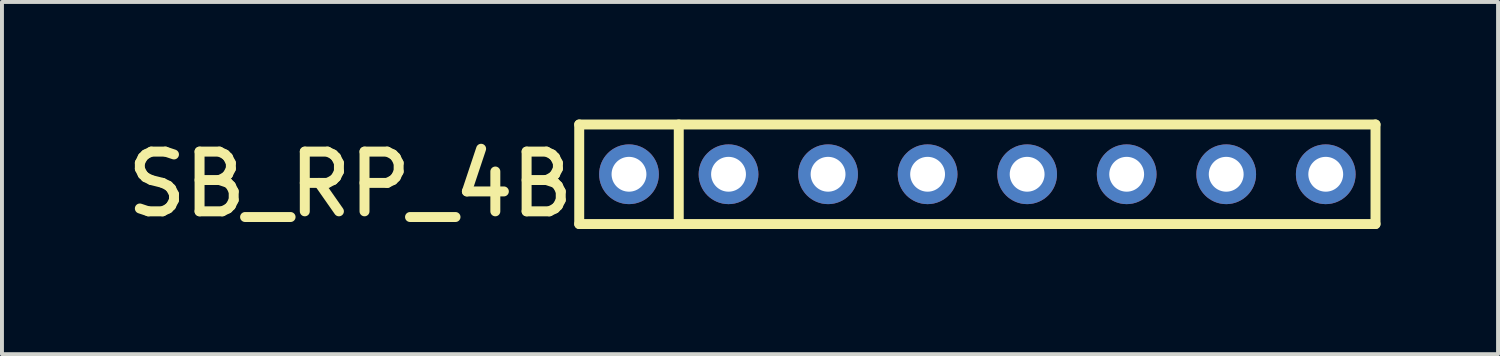
<source format=kicad_pcb>
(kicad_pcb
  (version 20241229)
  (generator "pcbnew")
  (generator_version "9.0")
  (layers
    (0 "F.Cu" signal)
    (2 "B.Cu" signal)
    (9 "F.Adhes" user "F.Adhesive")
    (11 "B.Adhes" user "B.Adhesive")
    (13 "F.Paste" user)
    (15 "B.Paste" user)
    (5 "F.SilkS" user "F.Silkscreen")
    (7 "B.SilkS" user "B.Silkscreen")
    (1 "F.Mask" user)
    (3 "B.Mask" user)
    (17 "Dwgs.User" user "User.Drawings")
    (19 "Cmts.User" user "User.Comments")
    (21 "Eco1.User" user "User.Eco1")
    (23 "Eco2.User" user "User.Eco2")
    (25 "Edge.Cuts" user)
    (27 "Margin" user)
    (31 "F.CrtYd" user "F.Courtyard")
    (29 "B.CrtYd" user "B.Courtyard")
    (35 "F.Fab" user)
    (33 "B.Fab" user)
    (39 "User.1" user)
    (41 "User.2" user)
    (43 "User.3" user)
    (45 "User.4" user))
  (footprint "SB_RP_4B"
    (layer "F.Cu")
    (at 13.001 1.397)
    (property "Reference" "SB_RP_4B" (at -7.112 0.254 0) (layer "F.SilkS") (effects (font (size 1.524 1.524) (thickness 0.254))))
    (attr through_hole)
    (fp_line (start -1.27 -1.27) (end -1.27 1.27) (stroke (width 0.254) (type solid)) (layer "F.SilkS"))
    (fp_line (start -1.27 1.27) (end 19.05 1.27) (stroke (width 0.254) (type solid)) (layer "F.SilkS"))
    (fp_line (start 1.27 -1.27) (end 1.27 1.27) (stroke (width 0.254) (type solid)) (layer "F.SilkS"))
    (fp_line (start 19.05 -1.27) (end -1.27 -1.27) (stroke (width 0.254) (type solid)) (layer "F.SilkS"))
    (fp_line (start 19.05 1.27) (end 19.05 -1.27) (stroke (width 0.254) (type solid)) (layer "F.SilkS"))
    (pad "1" thru_hole circle (at 0 0 270) (size 1.524 1.524) (drill 0.889) (layers "*.Cu" "*.Mask"))
    (pad "2" thru_hole circle (at 2.54 0 270) (size 1.524 1.524) (drill 0.889) (layers "*.Cu" "*.Mask"))
    (pad "3" thru_hole circle (at 5.08 0) (size 1.524 1.524) (drill 0.889) (layers "*.Cu" "*.Mask"))
    (pad "4" thru_hole circle (at 7.62 0) (size 1.524 1.524) (drill 0.889) (layers "*.Cu" "*.Mask"))
    (pad "5" thru_hole circle (at 10.16 0) (size 1.524 1.524) (drill 0.889) (layers "*.Cu" "*.Mask"))
    (pad "6" thru_hole circle (at 12.7 0) (size 1.524 1.524) (drill 0.889) (layers "*.Cu" "*.Mask"))
    (pad "7" thru_hole circle (at 15.24 0) (size 1.524 1.524) (drill 0.889) (layers "*.Cu" "*.Mask"))
    (pad "8" thru_hole circle (at 17.78 0) (size 1.524 1.524) (drill 0.889) (layers "*.Cu" "*.Mask")))
  (gr_rect
    (start -3 -3)
    (end 35.178 5.988)
    (stroke (width 0.1) (type default))
    (fill no)
    (layer "Edge.Cuts")))
</source>
